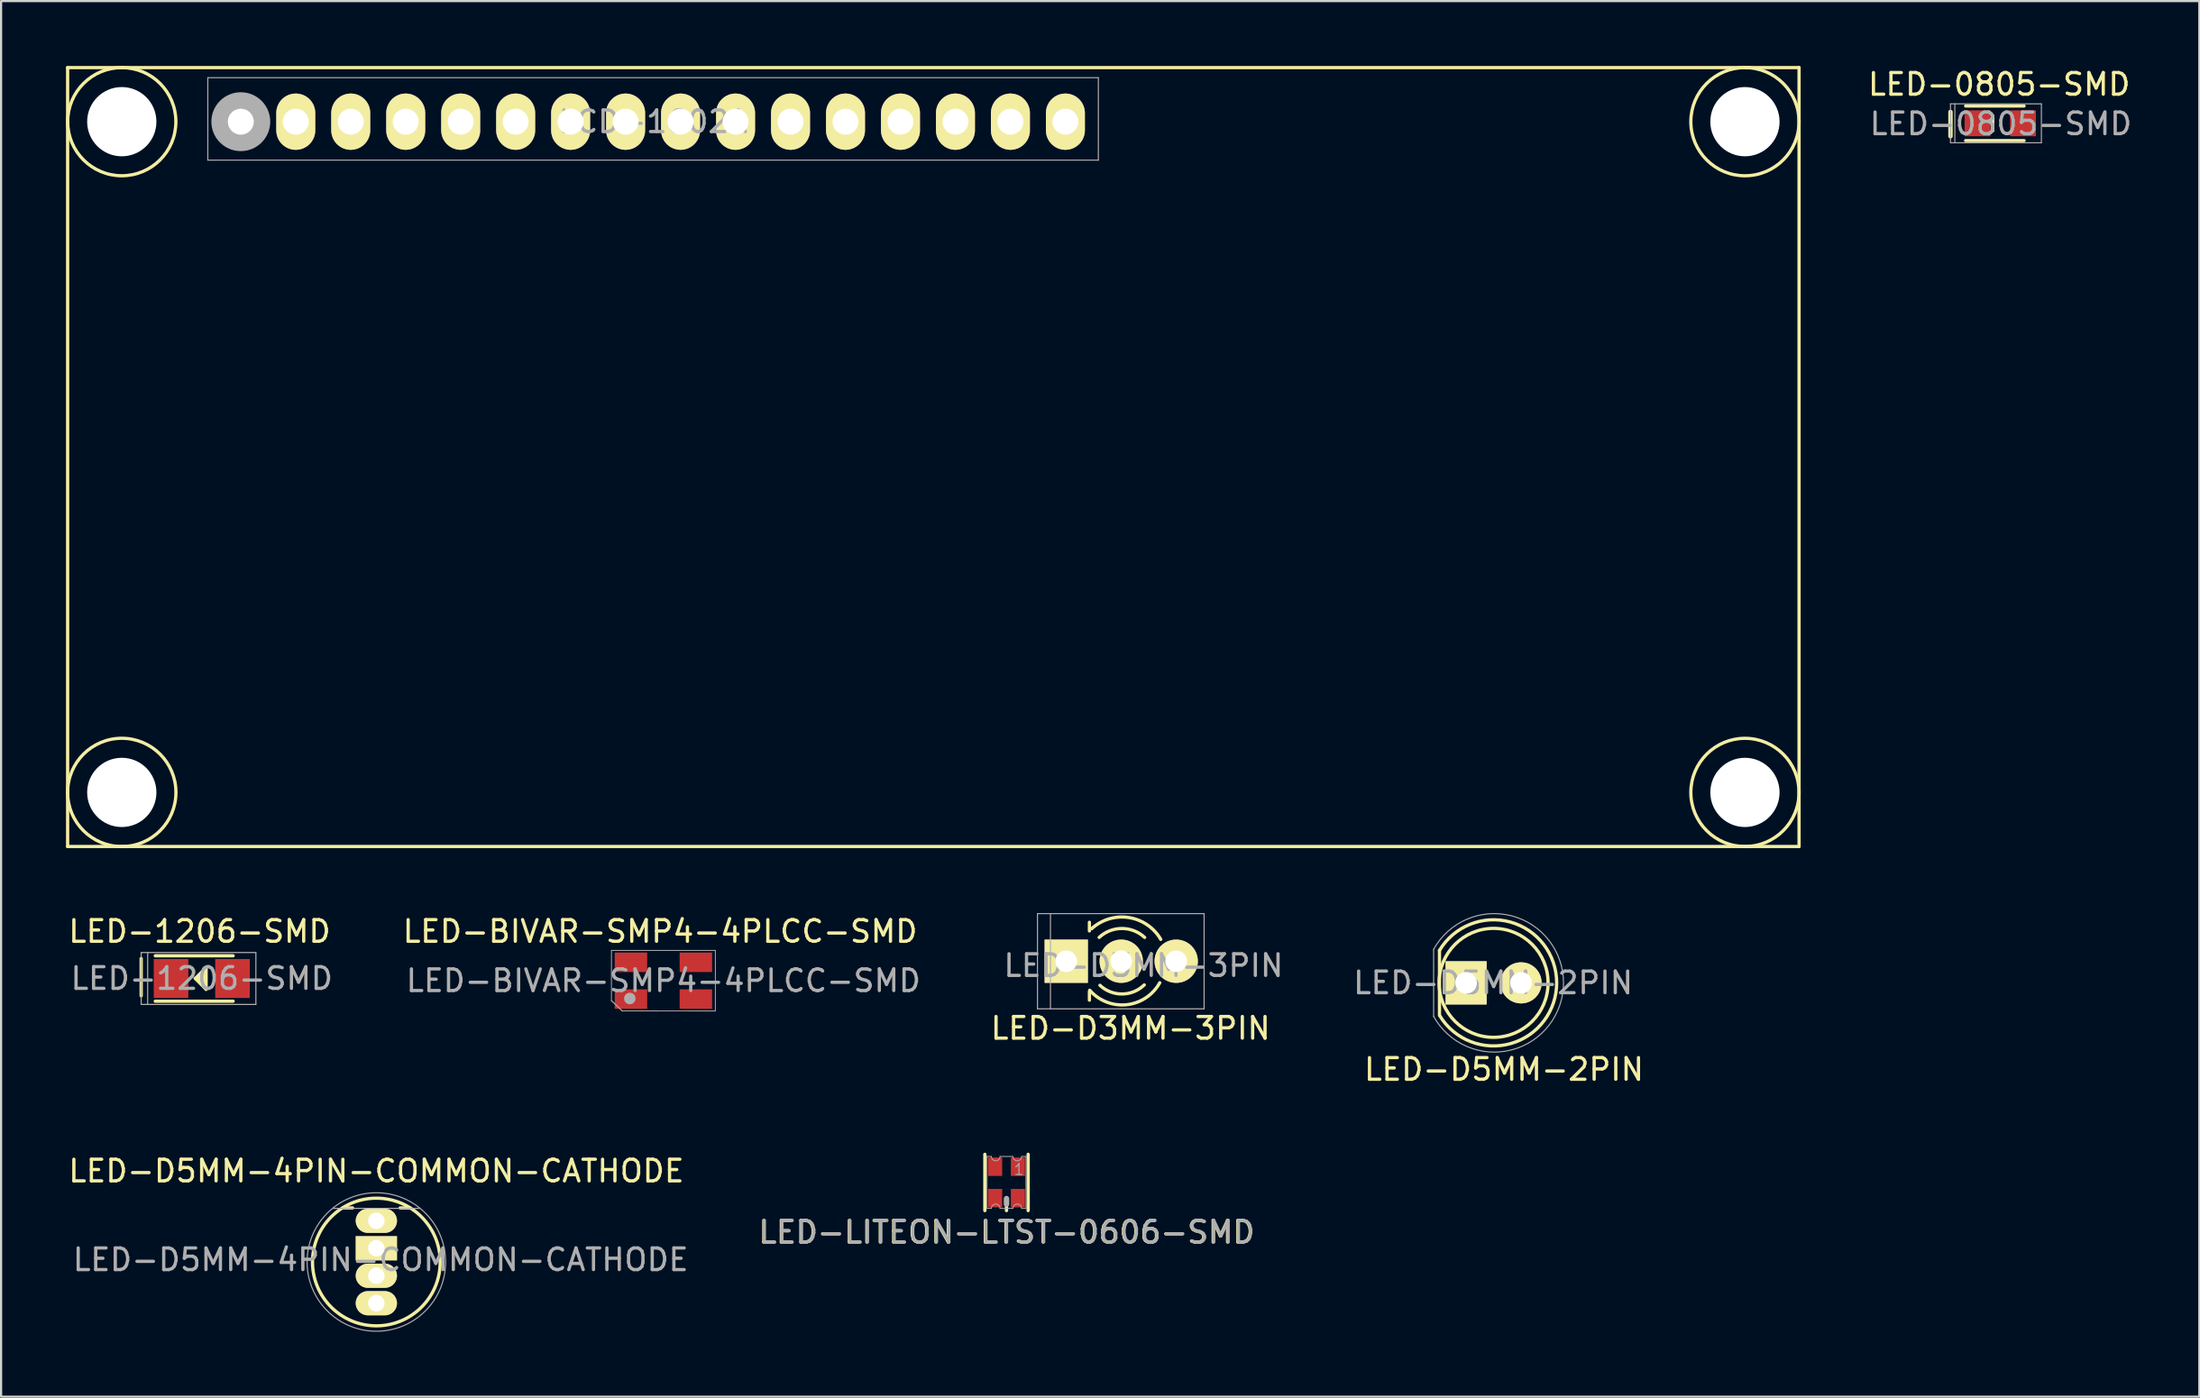
<source format=kicad_pcb>
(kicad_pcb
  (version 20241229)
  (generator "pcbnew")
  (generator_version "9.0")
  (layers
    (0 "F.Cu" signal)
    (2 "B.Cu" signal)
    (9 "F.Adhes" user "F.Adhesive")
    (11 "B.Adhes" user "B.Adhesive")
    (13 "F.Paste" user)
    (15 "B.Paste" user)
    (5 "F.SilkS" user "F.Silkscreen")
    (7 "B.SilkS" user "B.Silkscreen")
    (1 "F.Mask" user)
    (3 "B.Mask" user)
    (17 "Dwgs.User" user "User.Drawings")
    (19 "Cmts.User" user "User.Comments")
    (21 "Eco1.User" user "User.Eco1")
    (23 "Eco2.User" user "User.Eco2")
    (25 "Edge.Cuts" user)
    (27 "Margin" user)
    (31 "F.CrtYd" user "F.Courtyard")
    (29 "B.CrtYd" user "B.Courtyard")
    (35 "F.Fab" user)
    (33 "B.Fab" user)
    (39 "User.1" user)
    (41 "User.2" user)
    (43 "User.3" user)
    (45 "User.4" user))
  (footprint "LED-0805-SMD"
    (layer "F.Cu")
    (at 89.372 2.648)
    (property "Reference" "LED-0805-SMD" (at 0.025 0.025 0) (layer "F.Fab") (effects (font (size 1 1) (thickness 0.15))))
    (attr smd)
    (fp_line (start -2.3 -0.525) (end -2.3 0.6) (stroke (width 0.203) (type solid)) (layer "F.SilkS"))
    (fp_line (start -1.6 -0.8) (end 1.1 -0.8) (stroke (width 0.15) (type solid)) (layer "F.SilkS"))
    (fp_line (start -1.6 0.8) (end 1.1 0.8) (stroke (width 0.15) (type solid)) (layer "F.SilkS"))
    (fp_line (start -0.35 -0.35) (end -0.35 0.35) (stroke (width 0.15) (type solid)) (layer "F.SilkS"))
    (fp_line (start -2.3 -0.9) (end -2.3 0.9) (stroke (width 0.05) (type solid)) (layer "F.Fab"))
    (fp_line (start -2.3 0.9) (end 1.9 0.9) (stroke (width 0.05) (type solid)) (layer "F.Fab"))
    (fp_line (start -2.1 -0.9) (end -2.1 0.9) (stroke (width 0.05) (type solid)) (layer "F.Fab"))
    (fp_line (start 1.9 -0.9) (end -2.3 -0.9) (stroke (width 0.05) (type solid)) (layer "F.Fab"))
    (fp_line (start 1.9 0.9) (end 1.9 -0.9) (stroke (width 0.05) (type solid)) (layer "F.Fab"))
    (fp_text user "${REFERENCE}" (at -0.05 -1.8 0) (layer "F.SilkS") (effects (font (size 1 1) (thickness 0.15))))
    (pad "1" smd rect (at -1.049 0 180) (size 1.199 1.199) (layers "F.Cu" "F.Mask" "F.Paste"))
    (pad "2" smd rect (at 1.049 0 180) (size 1.199 1.199) (layers "F.Cu" "F.Mask" "F.Paste")))
  (footprint "LED-D5MM-2PIN"
    (layer "F.Cu")
    (at 64.691 42.377)
    (property "Reference" "LED-D5MM-2PIN" (at 1.25 0 0) (layer "F.Fab") (effects (font (size 1 1) (thickness 0.15))))
    (attr smd)
    (fp_line (start -1.23 1.5) (end -1.23 -1.5) (stroke (width 0.15) (type solid)) (layer "F.SilkS"))
    (fp_arc (start -1.23 -1.5) (mid 4.18544 -0.014565) (end -1.214888 1.524904) (stroke (width 0.15) (type solid)) (layer "F.SilkS"))
    (fp_circle (center 1.27 0) (end 0.97 -2.5) (stroke (width 0.15) (type solid)) (fill no) (layer "F.SilkS"))
    (fp_line (start -1.5 -1.55) (end -1.5 1.55) (stroke (width 0.05) (type solid)) (layer "F.Fab"))
    (fp_arc (start -1.498248 -1.55316) (mid 4.50039 0.001807) (end -1.5 1.55) (stroke (width 0.05) (type solid)) (layer "F.Fab"))
    (fp_text user "${REFERENCE}" (at 1.75 4 0) (layer "F.SilkS") (effects (font (size 1 1) (thickness 0.15))))
    (pad "+" thru_hole circle (at 2.54 0) (size 1.9 1.9) (drill 1.001) (layers "*.Cu" "*.Mask" "F.SilkS"))
    (pad "-" thru_hole rect (at 0 0 90) (size 2 1.9) (drill 1.001) (layers "*.Cu" "*.Mask" "F.SilkS")))
  (footprint "LED-D5MM-4PIN-COMMON-CATHODE"
    (layer "F.Cu")
    (at 14.339 53.374)
    (property "Reference" "LED-D5MM-4PIN-COMMON-CATHODE" (at 0.2 1.8 0) (layer "F.Fab") (effects (font (size 1 1) (thickness 0.15))))
    (attr smd)
    (fp_line (start -1.1 -0.595) (end -1.55 -0.595) (stroke (width 0.15) (type solid)) (layer "F.SilkS"))
    (fp_line (start 1.1 -0.595) (end 1.55 -0.595) (stroke (width 0.15) (type solid)) (layer "F.SilkS"))
    (fp_circle (center 0 1.905) (end 2.95 1.905) (stroke (width 0.15) (type solid)) (fill no) (layer "F.SilkS"))
    (fp_line (start -2 -0.575) (end 2 -0.575) (stroke (width 0.05) (type solid)) (layer "F.Fab"))
    (fp_circle (center 0 0) (end 0.15 0.175) (stroke (width 0.254) (type solid)) (fill no) (layer "F.Fab"))
    (fp_circle (center 0 1.905) (end 3.2 1.905) (stroke (width 0.05) (type solid)) (fill no) (layer "F.Fab"))
    (fp_text user "${REFERENCE}" (at 0 -2.3 0) (layer "F.SilkS") (effects (font (size 1 1) (thickness 0.15))))
    (pad "1" thru_hole oval (at 0 0) (size 1.905 1.118) (drill 0.762) (layers "*.Cu" "*.Mask" "F.SilkS"))
    (pad "2" thru_hole rect (at 0 1.27) (size 1.905 1.118) (drill 0.762) (layers "*.Cu" "*.Mask" "F.SilkS"))
    (pad "3" thru_hole oval (at 0 2.54) (size 1.905 1.118) (drill 0.762) (layers "*.Cu" "*.Mask" "F.SilkS"))
    (pad "4" thru_hole oval (at 0 3.81) (size 1.905 1.118) (drill 0.762) (layers "*.Cu" "*.Mask" "F.SilkS")))
  (footprint "LED-D3MM-3PIN"
    (layer "F.Cu")
    (at 47.486 41.377)
    (property "Reference" "LED-D3MM-3PIN" (at 2.3 0.2 0) (layer "F.Fab") (effects (font (size 1 1) (thickness 0.15))))
    (attr smd)
    (fp_line (start -0.2 -1.8) (end -0.2 -1.4) (stroke (width 0.15) (type solid)) (layer "F.SilkS"))
    (fp_line (start -0.2 1.8) (end -0.2 1.4) (stroke (width 0.15) (type solid)) (layer "F.SilkS"))
    (fp_arc (start -0.1 -1.5) (mid 1.616001 -2.019468) (end 3.097391 -1.009521) (stroke (width 0.15) (type solid)) (layer "F.SilkS"))
    (fp_arc (start 0.25 -1.1) (mid 1.301686 -1.512142) (end 2.353005 -1.099067) (stroke (width 0.15) (type solid)) (layer "F.SilkS"))
    (fp_arc (start 2.335 1.094) (mid 1.31492 1.51473) (end 0.287111 1.113252) (stroke (width 0.15) (type solid)) (layer "F.SilkS"))
    (fp_arc (start 3.051 0.994) (mid 1.522637 2.009958) (end -0.18622 1.340726) (stroke (width 0.15) (type solid)) (layer "F.SilkS"))
    (fp_line (start -2.6 -2.2) (end -2.6 2.2) (stroke (width 0.051) (type solid)) (layer "F.Fab"))
    (fp_line (start -2.6 2.2) (end 5.1 2.2) (stroke (width 0.051) (type solid)) (layer "F.Fab"))
    (fp_line (start -2 -2.2) (end -2 2.2) (stroke (width 0.05) (type solid)) (layer "F.Fab"))
    (fp_line (start 1.3 -2.2) (end -2.6 -2.2) (stroke (width 0.051) (type solid)) (layer "F.Fab"))
    (fp_line (start 5.1 -2.2) (end 1.3 -2.2) (stroke (width 0.051) (type solid)) (layer "F.Fab"))
    (fp_line (start 5.1 -2.1) (end 5.1 -2.2) (stroke (width 0.051) (type solid)) (layer "F.Fab"))
    (fp_line (start 5.1 2.2) (end 5.1 -2.1) (stroke (width 0.051) (type solid)) (layer "F.Fab"))
    (fp_text user "${REFERENCE}" (at 1.7 3.1 0) (layer "F.SilkS") (effects (font (size 1 1) (thickness 0.15))))
    (pad "1" thru_hole rect (at -1.27 0 90) (size 2 2) (drill 1.001) (layers "*.Cu" "*.Mask" "F.SilkS"))
    (pad "2" thru_hole circle (at 1.27 0) (size 2 2) (drill 1.001) (layers "*.Cu" "*.Mask" "F.SilkS"))
    (pad "3" thru_hole circle (at 3.81 0) (size 2 2) (drill 1.001) (layers "*.Cu" "*.Mask" "F.SilkS")))
  (footprint "LCD-1602A"
    (layer "F.Cu")
    (at 8.076 2.574)
    (property "Reference" "LCD-1602A" (at 19.05 0 0) (layer "F.Fab") (effects (font (size 1 1) (thickness 0.15))))
    (attr smd)
    (fp_line (start -8.001 -2.499) (end 71.999 -2.499) (stroke (width 0.15) (type solid)) (layer "F.SilkS"))
    (fp_line (start -8.001 33.5) (end -8.001 -2.499) (stroke (width 0.15) (type solid)) (layer "F.SilkS"))
    (fp_line (start 71.999 -2.499) (end 71.999 33.5) (stroke (width 0.15) (type solid)) (layer "F.SilkS"))
    (fp_line (start 71.999 33.5) (end -8.001 33.5) (stroke (width 0.15) (type solid)) (layer "F.SilkS"))
    (fp_circle (center -5.499 0) (end -3 0) (stroke (width 0.15) (type solid)) (fill no) (layer "F.SilkS"))
    (fp_circle (center -5.499 31.001) (end -8.001 31.001) (stroke (width 0.15) (type solid)) (fill no) (layer "F.SilkS"))
    (fp_circle (center 69.499 0) (end 71.999 0) (stroke (width 0.15) (type solid)) (fill no) (layer "F.SilkS"))
    (fp_circle (center 69.499 31.001) (end 71.999 31.001) (stroke (width 0.15) (type solid)) (fill no) (layer "F.SilkS"))
    (fp_line (start -1.524 -2.032) (end -1.524 1.778) (stroke (width 0.05) (type solid)) (layer "F.Fab"))
    (fp_line (start -1.524 1.778) (end 39.624 1.778) (stroke (width 0.05) (type solid)) (layer "F.Fab"))
    (fp_line (start 39.624 -2.032) (end -1.524 -2.032) (stroke (width 0.05) (type solid)) (layer "F.Fab"))
    (fp_line (start 39.624 1.778) (end 39.624 -2.032) (stroke (width 0.05) (type solid)) (layer "F.Fab"))
    (fp_circle (center 0 0) (end 0.2 0.3) (stroke (width 1) (type solid)) (fill no) (layer "F.Fab"))
    (pad "" np_thru_hole circle (at -5.499 0) (size 3.2 3.2) (drill 3.2) (layers "*.Cu"))
    (pad "" np_thru_hole circle (at -5.499 31.001) (size 3.2 3.2) (drill 3.2) (layers "*.Cu"))
    (pad "" np_thru_hole circle (at 69.499 0) (size 3.2 3.2) (drill 3.2) (layers "*.Cu"))
    (pad "" np_thru_hole circle (at 69.499 31.001) (size 3.2 3.2) (drill 3.2) (layers "*.Cu"))
    (pad "1" thru_hole oval (at 0 0) (size 1.8 2.6) (drill 1.2) (layers "*.Cu" "*.Mask" "F.SilkS"))
    (pad "2" thru_hole oval (at 2.54 0) (size 1.8 2.6) (drill 1.2) (layers "*.Cu" "*.Mask" "F.SilkS"))
    (pad "3" thru_hole oval (at 5.08 0) (size 1.8 2.6) (drill 1.2) (layers "*.Cu" "*.Mask" "F.SilkS"))
    (pad "4" thru_hole oval (at 7.62 0) (size 1.8 2.6) (drill 1.2) (layers "*.Cu" "*.Mask" "F.SilkS"))
    (pad "5" thru_hole oval (at 10.16 0) (size 1.8 2.6) (drill 1.2) (layers "*.Cu" "*.Mask" "F.SilkS"))
    (pad "6" thru_hole oval (at 12.7 0) (size 1.8 2.6) (drill 1.2) (layers "*.Cu" "*.Mask" "F.SilkS"))
    (pad "7" thru_hole oval (at 15.24 0) (size 1.8 2.6) (drill 1.2) (layers "*.Cu" "*.Mask" "F.SilkS"))
    (pad "8" thru_hole oval (at 17.78 0) (size 1.8 2.6) (drill 1.2) (layers "*.Cu" "*.Mask" "F.SilkS"))
    (pad "9" thru_hole oval (at 20.32 0) (size 1.8 2.6) (drill 1.2) (layers "*.Cu" "*.Mask" "F.SilkS"))
    (pad "10" thru_hole oval (at 22.86 0) (size 1.8 2.6) (drill 1.2) (layers "*.Cu" "*.Mask" "F.SilkS"))
    (pad "11" thru_hole oval (at 25.4 0) (size 1.8 2.6) (drill 1.2) (layers "*.Cu" "*.Mask" "F.SilkS"))
    (pad "12" thru_hole oval (at 27.94 0) (size 1.8 2.6) (drill 1.2) (layers "*.Cu" "*.Mask" "F.SilkS"))
    (pad "13" thru_hole oval (at 30.48 0) (size 1.8 2.6) (drill 1.2) (layers "*.Cu" "*.Mask" "F.SilkS"))
    (pad "14" thru_hole oval (at 33.02 0) (size 1.8 2.6) (drill 1.2) (layers "*.Cu" "*.Mask" "F.SilkS"))
    (pad "15" thru_hole oval (at 35.56 0) (size 1.8 2.6) (drill 1.2) (layers "*.Cu" "*.Mask" "F.SilkS"))
    (pad "16" thru_hole oval (at 38.1 0) (size 1.8 2.6) (drill 1.2) (layers "*.Cu" "*.Mask" "F.SilkS")))
  (footprint "LED-LITEON-LTST-0606-SMD"
    (layer "F.Cu")
    (at 43.456 51.602)
    (property "Reference" "LED-LITEON-LTST-0606-SMD" (at 0.025 2.3 180) (layer "F.Fab") (effects (font (size 1 1) (thickness 0.15))))
    (attr smd)
    (fp_line (start -1 -1.3) (end -1 1.3) (stroke (width 0.152) (type solid)) (layer "F.SilkS"))
    (fp_line (start 0 1.3) (end 0 0.7) (stroke (width 0.152) (type solid)) (layer "F.SilkS"))
    (fp_line (start 1 -1.3) (end 1 1.3) (stroke (width 0.152) (type solid)) (layer "F.SilkS"))
    (fp_line (start -0.9 -1.2) (end -0.9 1.2) (stroke (width 0.041) (type solid)) (layer "F.Fab"))
    (fp_line (start -0.9 1.2) (end -0.7 1.2) (stroke (width 0.041) (type solid)) (layer "F.Fab"))
    (fp_line (start -0.7 -1.2) (end -0.9 -1.2) (stroke (width 0.041) (type solid)) (layer "F.Fab"))
    (fp_line (start -0.3 1.2) (end 0.3 1.2) (stroke (width 0.041) (type solid)) (layer "F.Fab"))
    (fp_line (start 0 0.75) (end 0 1) (stroke (width 0.254) (type solid)) (layer "F.Fab"))
    (fp_line (start 0.3 -1.2) (end -0.3 -1.2) (stroke (width 0.041) (type solid)) (layer "F.Fab"))
    (fp_line (start 0.7 1.2) (end 0.9 1.2) (stroke (width 0.041) (type solid)) (layer "F.Fab"))
    (fp_line (start 0.9 -1.2) (end 0.7 -1.2) (stroke (width 0.041) (type solid)) (layer "F.Fab"))
    (fp_line (start 0.9 1.2) (end 0.9 -1.2) (stroke (width 0.041) (type solid)) (layer "F.Fab"))
    (fp_arc (start -0.7 1.2) (mid -0.5 1) (end -0.3 1.2) (stroke (width 0.04064) (type solid)) (layer "F.Fab"))
    (fp_arc (start -0.3 -1.2) (mid -0.5 -1) (end -0.7 -1.2) (stroke (width 0.04064) (type solid)) (layer "F.Fab"))
    (fp_arc (start 0.3 1.2) (mid 0.5 1) (end 0.7 1.2) (stroke (width 0.04064) (type solid)) (layer "F.Fab"))
    (fp_arc (start 0.7 -1.2) (mid 0.5 -1) (end 0.3 -1.2) (stroke (width 0.04064) (type solid)) (layer "F.Fab"))
    (fp_text user "${REFERENCE}" (at 0 2.3 0) (layer "F.SilkS") (effects (font (size 1 1) (thickness 0.15))))
    (fp_text user "1" (at 0.575 -0.6 0) (layer "F.Fab") (effects (font (size 0.508 0.508) (thickness 0.051))))
    (pad "1" smd rect (at 0.525 -0.725) (size 0.65 0.85) (layers "F.Cu" "F.Mask" "F.Paste"))
    (pad "2" smd rect (at -0.525 -0.725) (size 0.65 0.85) (layers "F.Cu" "F.Mask" "F.Paste"))
    (pad "3" smd rect (at 0.525 0.725) (size 0.65 0.85) (layers "F.Cu" "F.Mask" "F.Paste"))
    (pad "4" smd rect (at -0.525 0.725) (size 0.65 0.85) (layers "F.Cu" "F.Mask" "F.Paste")))
  (footprint "LED-1206-SMD"
    (layer "F.Cu")
    (at 6.273 42.175)
    (property "Reference" "LED-1206-SMD" (at 0 0 0) (layer "F.Fab") (effects (font (size 1 1) (thickness 0.15))))
    (attr smd)
    (fp_line (start -2.8 -0.925) (end -2.8 0.8) (stroke (width 0.152) (type solid)) (layer "F.SilkS"))
    (fp_line (start -2.15 -1.05) (end 1.45 -1.05) (stroke (width 0.15) (type solid)) (layer "F.SilkS"))
    (fp_line (start -2.15 1.05) (end 1.45 1.05) (stroke (width 0.15) (type solid)) (layer "F.SilkS"))
    (fp_line (start -0.3 0) (end 0.2 -0.5) (stroke (width 0.15) (type solid)) (layer "F.SilkS"))
    (fp_line (start -0.2 0) (end 0 -0.2) (stroke (width 0.15) (type solid)) (layer "F.SilkS"))
    (fp_line (start 0 -0.2) (end 0 0.05) (stroke (width 0.15) (type solid)) (layer "F.SilkS"))
    (fp_line (start 0 0.05) (end -0.05 0) (stroke (width 0.15) (type solid)) (layer "F.SilkS"))
    (fp_line (start 0.1 -0.3) (end 0.1 0.3) (stroke (width 0.15) (type solid)) (layer "F.SilkS"))
    (fp_line (start 0.1 0.3) (end -0.2 0) (stroke (width 0.15) (type solid)) (layer "F.SilkS"))
    (fp_line (start 0.2 -0.5) (end 0.2 0.5) (stroke (width 0.15) (type solid)) (layer "F.SilkS"))
    (fp_line (start 0.2 0.5) (end -0.3 0) (stroke (width 0.15) (type solid)) (layer "F.SilkS"))
    (fp_line (start -2.8 -1.2) (end -2.8 1.2) (stroke (width 0.051) (type solid)) (layer "F.Fab"))
    (fp_line (start -2.8 1.2) (end 2.5 1.2) (stroke (width 0.051) (type solid)) (layer "F.Fab"))
    (fp_line (start -2.5 -1.2) (end -2.5 1.2) (stroke (width 0.051) (type solid)) (layer "F.Fab"))
    (fp_line (start 2.5 -1.2) (end -2.8 -1.2) (stroke (width 0.051) (type solid)) (layer "F.Fab"))
    (fp_line (start 2.5 1.2) (end 2.5 -1.2) (stroke (width 0.051) (type solid)) (layer "F.Fab"))
    (fp_text user "${REFERENCE}" (at -0.1 -2.175 0) (layer "F.SilkS") (effects (font (size 1 1) (thickness 0.15))))
    (pad "1" smd rect (at -1.42 0 180) (size 1.598 1.801) (layers "F.Cu" "F.Mask" "F.Paste"))
    (pad "2" smd rect (at 1.42 0 180) (size 1.598 1.801) (layers "F.Cu" "F.Mask" "F.Paste")))
  (footprint "LED-BIVAR-SMP4-4PLCC-SMD"
    (layer "F.Cu")
    (at 27.451 42.2)
    (property "Reference" "LED-BIVAR-SMP4-4PLCC-SMD" (at 0.152 0.077 180) (layer "F.Fab") (effects (font (size 1 1) (thickness 0.15))))
    (attr smd)
    (fp_line (start -2.25 1) (end -2.248 -1.323) (stroke (width 0.041) (type solid)) (layer "F.Fab"))
    (fp_line (start -2.25 1) (end -1.75 1.475) (stroke (width 0.05) (type solid)) (layer "F.Fab"))
    (fp_line (start -2.248 -1.323) (end 2.552 -1.323) (stroke (width 0.041) (type solid)) (layer "F.Fab"))
    (fp_line (start -1.75 1.475) (end 2.552 1.477) (stroke (width 0.041) (type solid)) (layer "F.Fab"))
    (fp_line (start 2.552 1.477) (end 2.552 -1.323) (stroke (width 0.041) (type solid)) (layer "F.Fab"))
    (fp_circle (center -1.4 0.9) (end -1.3 1) (stroke (width 0.254) (type solid)) (fill no) (layer "F.Fab"))
    (fp_text user "${REFERENCE}" (at 0 -2.2 0) (layer "F.SilkS") (effects (font (size 1 1) (thickness 0.15))))
    (pad "1" smd rect (at -1.348 0.927 180) (size 1.5 0.9) (layers "F.Cu" "F.Mask" "F.Paste"))
    (pad "2" smd rect (at 1.652 0.927 180) (size 1.5 0.9) (layers "F.Cu" "F.Mask" "F.Paste"))
    (pad "3" smd rect (at -1.348 -0.773 180) (size 1.5 0.9) (layers "F.Cu" "F.Mask" "F.Paste"))
    (pad "4" smd rect (at 1.652 -0.773 180) (size 1.5 0.9) (layers "F.Cu" "F.Mask" "F.Paste")))
  (gr_rect
    (start -3 -3)
    (end 98.57 61.504)
    (stroke (width 0.1) (type default))
    (fill no)
    (layer "Edge.Cuts")))
</source>
